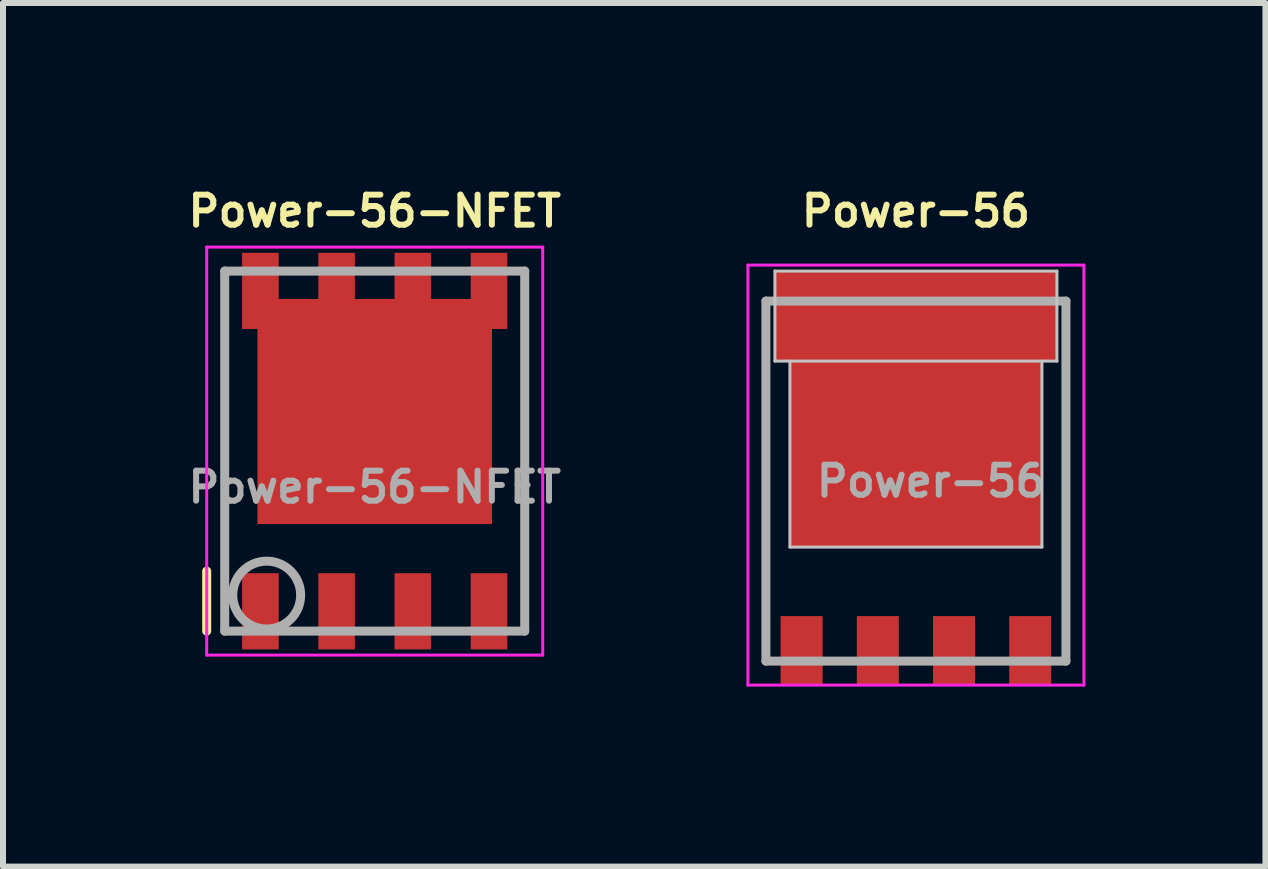
<source format=kicad_pcb>
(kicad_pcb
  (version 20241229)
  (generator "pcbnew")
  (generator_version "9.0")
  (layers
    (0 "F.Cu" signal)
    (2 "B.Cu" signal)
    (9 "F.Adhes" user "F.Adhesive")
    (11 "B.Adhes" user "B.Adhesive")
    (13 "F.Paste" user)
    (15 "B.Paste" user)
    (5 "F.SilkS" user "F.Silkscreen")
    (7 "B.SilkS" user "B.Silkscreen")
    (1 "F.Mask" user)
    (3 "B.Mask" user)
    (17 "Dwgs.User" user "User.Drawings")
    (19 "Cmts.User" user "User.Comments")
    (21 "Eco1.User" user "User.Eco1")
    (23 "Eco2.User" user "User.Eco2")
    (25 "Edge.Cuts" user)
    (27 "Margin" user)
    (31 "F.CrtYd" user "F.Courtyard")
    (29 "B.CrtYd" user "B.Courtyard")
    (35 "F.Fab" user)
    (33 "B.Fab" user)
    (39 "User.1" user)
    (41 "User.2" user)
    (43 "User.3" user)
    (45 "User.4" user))
  (footprint "Power-56"
    (layer "F.Cu")
    (at 12.215 4.968)
    (property "Reference" "Power-56" (at 0 -4.5 0) (layer "F.SilkS") (effects (font (size 0.5 0.5) (thickness 0.1))))
    (attr smd)
    (fp_line (start -2.35 -3.5) (end -2.35 -2) (stroke (width 0.05) (type solid)) (layer "Dwgs.User"))
    (fp_line (start -2.35 -2) (end 2.35 -2) (stroke (width 0.05) (type solid)) (layer "Dwgs.User"))
    (fp_line (start -2.1 -2) (end -2.1 1.1) (stroke (width 0.05) (type solid)) (layer "Dwgs.User"))
    (fp_line (start -2.1 1.1) (end 2.1 1.1) (stroke (width 0.05) (type solid)) (layer "Dwgs.User"))
    (fp_line (start 2.1 -2) (end 2.1 1.1) (stroke (width 0.05) (type solid)) (layer "Dwgs.User"))
    (fp_line (start 2.35 -3.5) (end -2.35 -3.5) (stroke (width 0.05) (type solid)) (layer "Dwgs.User"))
    (fp_line (start 2.35 -2) (end 2.35 -3.5) (stroke (width 0.05) (type solid)) (layer "Dwgs.User"))
    (fp_line (start -2.8 3.4) (end -2.8 -3.6) (stroke (width 0.05) (type solid)) (layer "F.CrtYd"))
    (fp_line (start 2.8 -3.6) (end -2.8 -3.6) (stroke (width 0.05) (type solid)) (layer "F.CrtYd"))
    (fp_line (start 2.8 -3.6) (end 2.8 3.4) (stroke (width 0.05) (type solid)) (layer "F.CrtYd"))
    (fp_line (start 2.8 3.4) (end -2.8 3.4) (stroke (width 0.05) (type solid)) (layer "F.CrtYd"))
    (fp_line (start -2.5 -3) (end -2.5 3) (stroke (width 0.15) (type solid)) (layer "F.Fab"))
    (fp_line (start -2.5 3) (end 2.5 3) (stroke (width 0.15) (type solid)) (layer "F.Fab"))
    (fp_line (start 2.5 -3) (end -2.5 -3) (stroke (width 0.15) (type solid)) (layer "F.Fab"))
    (fp_line (start 2.5 3) (end 2.5 -3) (stroke (width 0.15) (type solid)) (layer "F.Fab"))
    (fp_text user "${REFERENCE}" (at 0.25 0 0) (layer "F.Fab") (effects (font (size 0.5 0.5) (thickness 0.1))))
    (pad "5" smd rect (at -1.9 -2.95) (size 0.6 0.95) (layers "F.Cu" "F.Mask" "F.Paste"))
    (pad "5" smd rect (at -0.8 -2.9) (size 0.6 0.95) (layers "F.Cu" "F.Mask" "F.Paste"))
    (pad "5" smd rect (at 0.65 -2.95) (size 0.6 0.95) (layers "F.Cu" "F.Mask" "F.Paste"))
    (pad "5" smd rect (at 1.95 -2.95) (size 0.6 0.95) (layers "F.Cu" "F.Mask" "F.Paste"))
    (pad "D" smd rect (at 0 -2.75) (size 4.7 1.5) (layers "F.Cu" "F.Mask"))
    (pad "D" smd rect (at 0 -0.45) (size 4.2 3.1) (layers "F.Cu" "F.Mask" "F.Paste"))
    (pad "G" smd rect (at 1.905 2.825) (size 0.7 1.15) (layers "F.Cu" "F.Mask" "F.Paste"))
    (pad "S" smd rect (at -1.905 2.825) (size 0.7 1.15) (layers "F.Cu" "F.Mask" "F.Paste"))
    (pad "S" smd rect (at -0.635 2.825) (size 0.7 1.15) (layers "F.Cu" "F.Mask" "F.Paste"))
    (pad "S" smd rect (at 0.635 2.825) (size 0.7 1.15) (layers "F.Cu" "F.Mask" "F.Paste")))
  (footprint "Power-56-NFET"
    (layer "F.Cu")
    (at 3.195 4.468)
    (property "Reference" "Power-56-NFET" (at 0 -4 0) (layer "F.SilkS") (effects (font (size 0.5 0.5) (thickness 0.1))))
    (attr smd)
    (fp_line (start -2.8 2) (end -2.8 3) (stroke (width 0.15) (type solid)) (layer "F.SilkS"))
    (fp_line (start -2.8 3.4) (end -2.8 -3.4) (stroke (width 0.05) (type solid)) (layer "F.CrtYd"))
    (fp_line (start 2.8 -3.4) (end -2.8 -3.4) (stroke (width 0.05) (type solid)) (layer "F.CrtYd"))
    (fp_line (start 2.8 -3.4) (end 2.8 3.4) (stroke (width 0.05) (type solid)) (layer "F.CrtYd"))
    (fp_line (start 2.8 3.4) (end -2.8 3.4) (stroke (width 0.05) (type solid)) (layer "F.CrtYd"))
    (fp_line (start -2.5 -3) (end -2.5 3) (stroke (width 0.15) (type solid)) (layer "F.Fab"))
    (fp_line (start -2.5 3) (end 2.5 3) (stroke (width 0.15) (type solid)) (layer "F.Fab"))
    (fp_line (start 2.5 -3) (end -2.5 -3) (stroke (width 0.15) (type solid)) (layer "F.Fab"))
    (fp_line (start 2.5 3) (end 2.5 -3) (stroke (width 0.15) (type solid)) (layer "F.Fab"))
    (fp_circle (center -1.8 2.4) (end -1.4 2) (stroke (width 0.15) (type solid)) (fill no) (layer "F.Fab"))
    (fp_text user "${REFERENCE}" (at 0 0.6 0) (layer "F.Fab") (effects (font (size 0.5 0.5) (thickness 0.1))))
    (pad "D" smd rect (at -1.905 -2.67) (size 0.61 1.27) (layers "F.Cu" "F.Mask" "F.Paste"))
    (pad "D" smd rect (at -0.635 -2.67) (size 0.61 1.27) (layers "F.Cu" "F.Mask" "F.Paste"))
    (pad "D" smd rect (at 0 -0.66) (size 3.91 3.75) (layers "F.Cu" "F.Mask" "F.Paste"))
    (pad "D" smd rect (at 0.635 -2.67) (size 0.61 1.27) (layers "F.Cu" "F.Mask" "F.Paste"))
    (pad "D" smd rect (at 1.905 -2.67) (size 0.61 1.27) (layers "F.Cu" "F.Mask" "F.Paste"))
    (pad "G" smd rect (at 1.905 2.67) (size 0.61 1.27) (layers "F.Cu" "F.Mask" "F.Paste"))
    (pad "S" smd rect (at -1.905 2.67) (size 0.61 1.27) (layers "F.Cu" "F.Mask" "F.Paste"))
    (pad "S" smd rect (at -0.635 2.67) (size 0.61 1.27) (layers "F.Cu" "F.Mask" "F.Paste"))
    (pad "S" smd rect (at 0.635 2.67) (size 0.61 1.27) (layers "F.Cu" "F.Mask" "F.Paste")))
  (gr_rect
    (start -3 -3)
    (end 18.04 11.393)
    (stroke (width 0.1) (type default))
    (fill no)
    (layer "Edge.Cuts")))
</source>
